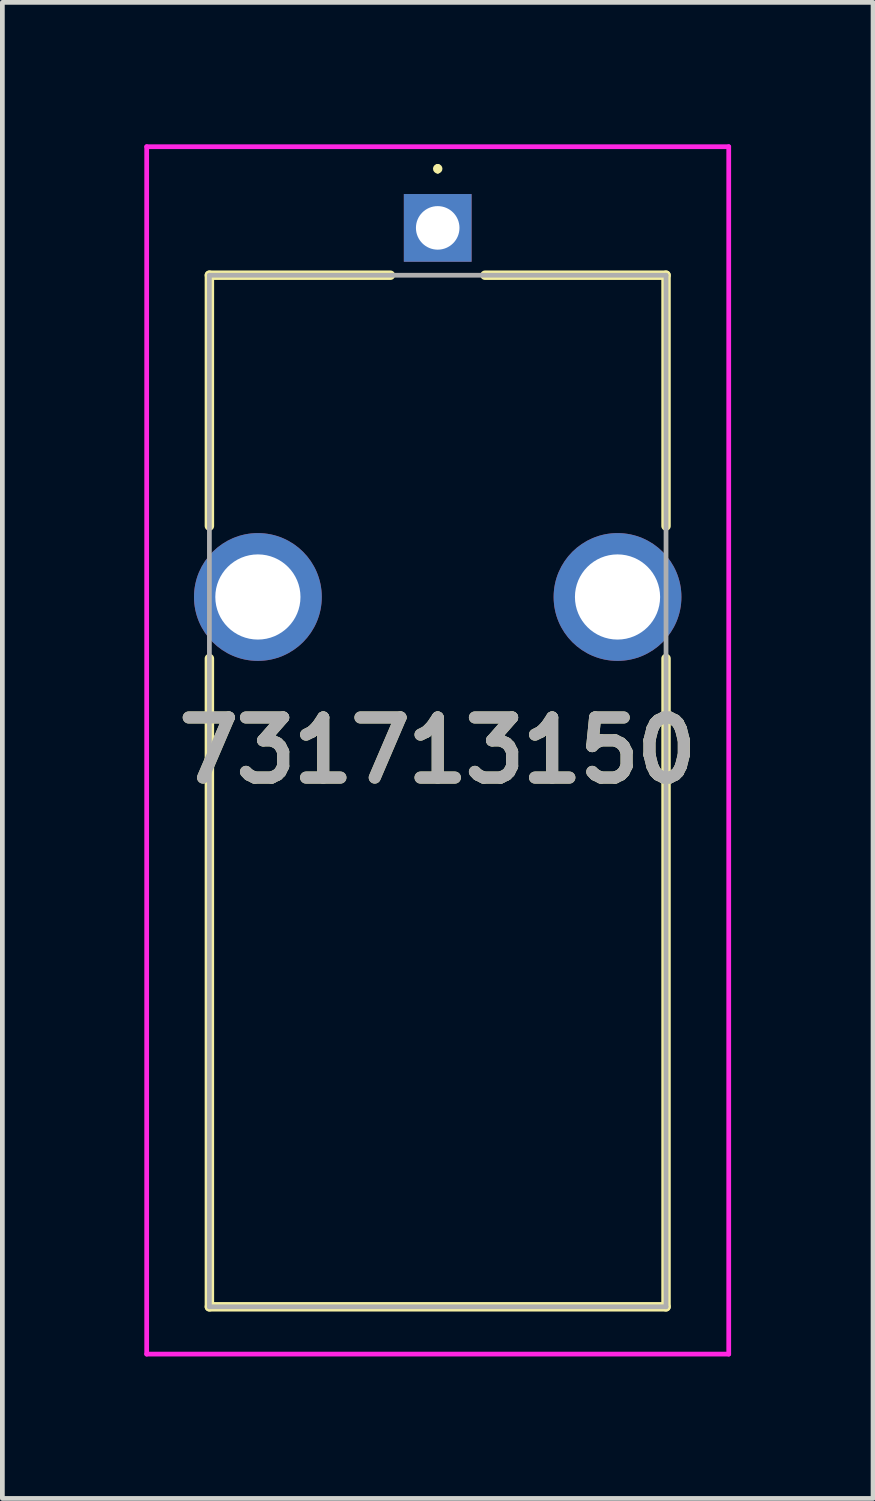
<source format=kicad_pcb>
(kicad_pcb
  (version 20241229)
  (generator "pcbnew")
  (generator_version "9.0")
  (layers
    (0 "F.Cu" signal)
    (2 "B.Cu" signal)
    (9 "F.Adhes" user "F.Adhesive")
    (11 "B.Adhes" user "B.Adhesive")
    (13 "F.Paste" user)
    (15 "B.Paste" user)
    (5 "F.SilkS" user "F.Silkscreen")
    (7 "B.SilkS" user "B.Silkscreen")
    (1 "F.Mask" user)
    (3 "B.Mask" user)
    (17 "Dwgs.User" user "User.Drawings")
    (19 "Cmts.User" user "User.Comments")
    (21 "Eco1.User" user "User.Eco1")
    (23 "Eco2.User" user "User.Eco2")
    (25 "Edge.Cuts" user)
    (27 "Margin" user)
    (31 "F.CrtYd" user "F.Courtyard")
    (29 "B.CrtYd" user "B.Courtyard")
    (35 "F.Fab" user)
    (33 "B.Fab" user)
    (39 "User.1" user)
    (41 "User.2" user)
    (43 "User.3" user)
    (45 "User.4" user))
  (footprint "731713150"
    (layer "F.Cu")
    (at 6.2 1.766)
    (property "Reference" "731713150" (at 0 11.042 0) (layer "F.SilkS") (effects (font (size 1.27 1.27) (thickness 0.254))))
    (attr through_hole)
    (fp_line (start -4.825 1) (end -4.825 6.3) (stroke (width 0.2) (type solid)) (layer "F.SilkS"))
    (fp_line (start -4.825 9.1) (end -4.825 22.8) (stroke (width 0.2) (type solid)) (layer "F.SilkS"))
    (fp_line (start -4.825 22.8) (end 4.825 22.8) (stroke (width 0.2) (type solid)) (layer "F.SilkS"))
    (fp_line (start -1 1) (end -4.825 1) (stroke (width 0.2) (type solid)) (layer "F.SilkS"))
    (fp_line (start 0 -1.3) (end 0 -1.3) (stroke (width 0.1) (type solid)) (layer "F.SilkS"))
    (fp_line (start 0 -1.2) (end 0 -1.2) (stroke (width 0.1) (type solid)) (layer "F.SilkS"))
    (fp_line (start 4.825 1) (end 1 1) (stroke (width 0.2) (type solid)) (layer "F.SilkS"))
    (fp_line (start 4.825 6.3) (end 4.825 1) (stroke (width 0.2) (type solid)) (layer "F.SilkS"))
    (fp_line (start 4.825 22.8) (end 4.825 9.1) (stroke (width 0.2) (type solid)) (layer "F.SilkS"))
    (fp_arc (start 0 -1.3) (mid 0.05 -1.25) (end 0 -1.2) (stroke (width 0.1) (type solid)) (layer "F.SilkS"))
    (fp_arc (start 0 -1.2) (mid -0.05 -1.25) (end 0 -1.3) (stroke (width 0.1) (type solid)) (layer "F.SilkS"))
    (fp_line (start -6.15 -1.716) (end 6.15 -1.716) (stroke (width 0.1) (type solid)) (layer "F.CrtYd"))
    (fp_line (start -6.15 23.8) (end -6.15 -1.716) (stroke (width 0.1) (type solid)) (layer "F.CrtYd"))
    (fp_line (start 6.15 -1.716) (end 6.15 23.8) (stroke (width 0.1) (type solid)) (layer "F.CrtYd"))
    (fp_line (start 6.15 23.8) (end -6.15 23.8) (stroke (width 0.1) (type solid)) (layer "F.CrtYd"))
    (fp_line (start -4.825 1) (end 4.825 1) (stroke (width 0.1) (type solid)) (layer "F.Fab"))
    (fp_line (start -4.825 22.8) (end -4.825 1) (stroke (width 0.1) (type solid)) (layer "F.Fab"))
    (fp_line (start 4.825 1) (end 4.825 22.8) (stroke (width 0.1) (type solid)) (layer "F.Fab"))
    (fp_line (start 4.825 22.8) (end -4.825 22.8) (stroke (width 0.1) (type solid)) (layer "F.Fab"))
    (fp_text user "${REFERENCE}" (at 0 11.042 0) (layer "F.Fab") (effects (font (size 1.27 1.27) (thickness 0.254))))
    (pad "1" thru_hole rect (at 0 0) (size 1.431 1.431) (drill 0.92) (layers "*.Cu" "*.Mask"))
    (pad "MH1" thru_hole circle (at -3.8 7.8) (size 2.7 2.7) (drill 1.8) (layers "*.Cu" "*.Mask"))
    (pad "MH2" thru_hole circle (at 3.8 7.8) (size 2.7 2.7) (drill 1.8) (layers "*.Cu" "*.Mask")))
  (gr_rect
    (start -3 -3)
    (end 15.4 28.616)
    (stroke (width 0.1) (type default))
    (fill no)
    (layer "Edge.Cuts")))
</source>
